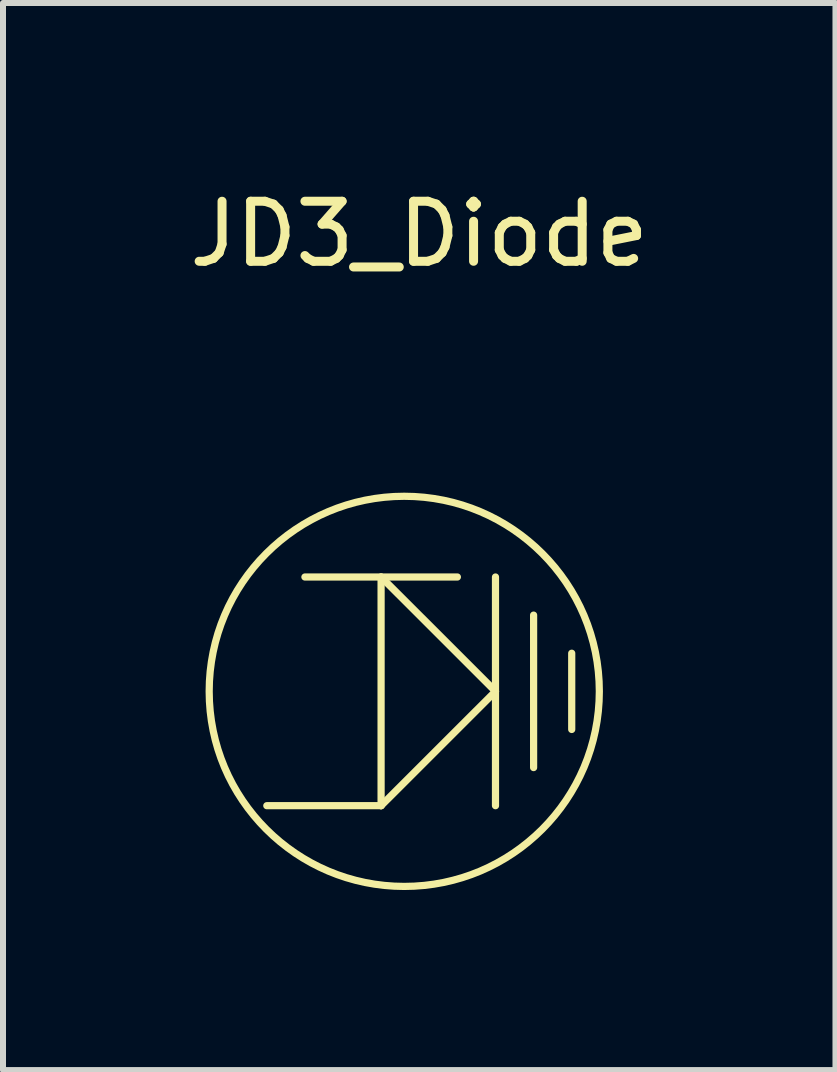
<source format=kicad_pcb>
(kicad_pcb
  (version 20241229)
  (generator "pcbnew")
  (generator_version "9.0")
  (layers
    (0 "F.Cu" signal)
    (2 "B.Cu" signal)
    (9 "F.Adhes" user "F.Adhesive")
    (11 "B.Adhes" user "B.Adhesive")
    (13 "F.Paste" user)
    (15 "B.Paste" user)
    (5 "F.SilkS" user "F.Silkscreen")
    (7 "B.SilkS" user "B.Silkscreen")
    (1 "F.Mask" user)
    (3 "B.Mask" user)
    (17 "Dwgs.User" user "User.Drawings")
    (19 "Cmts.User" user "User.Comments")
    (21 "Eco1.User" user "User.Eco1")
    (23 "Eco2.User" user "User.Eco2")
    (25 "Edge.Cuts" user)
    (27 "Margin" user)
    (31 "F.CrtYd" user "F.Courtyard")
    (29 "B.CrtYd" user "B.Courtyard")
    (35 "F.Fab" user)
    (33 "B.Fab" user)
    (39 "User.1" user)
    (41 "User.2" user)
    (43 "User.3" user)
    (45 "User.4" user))
  (footprint "JD3_Diode"
    (layer "F.Cu")
    (at 3.935 8.468)
    (property "Reference" "JD3_Diode" (at 0 -7.62 0) (unlocked yes) (layer "F.SilkS") (effects (font (size 1 1) (thickness 0.15))))
    (attr exclude_from_bom)
    (fp_line (start -0.636 -1.905) (end -0.636 1.905) (stroke (width 0.12) (type solid)) (layer "F.SilkS"))
    (fp_line (start -0.636 -1.905) (end 1.27 0) (stroke (width 0.12) (type solid)) (layer "F.SilkS"))
    (fp_line (start -0.635 1.905) (end -2.54 1.905) (stroke (width 0.12) (type solid)) (layer "F.SilkS"))
    (fp_line (start 0.635 -1.905) (end -1.905 -1.905) (stroke (width 0.12) (type solid)) (layer "F.SilkS"))
    (fp_line (start 1.27 -1.905) (end 1.27 1.905) (stroke (width 0.12) (type solid)) (layer "F.SilkS"))
    (fp_line (start 1.27 0) (end -0.636 1.905) (stroke (width 0.12) (type solid)) (layer "F.SilkS"))
    (fp_line (start 1.905 -1.27) (end 1.905 1.27) (stroke (width 0.12) (type solid)) (layer "F.SilkS"))
    (fp_line (start 2.54 -0.635) (end 2.54 0.635) (stroke (width 0.12) (type solid)) (layer "F.SilkS"))
    (fp_circle (center -0.25 0) (end 2.75 1.25) (stroke (width 0.12) (type solid)) (fill no) (layer "F.SilkS")))
  (gr_rect
    (start -3 -3)
    (end 10.869 14.778)
    (stroke (width 0.1) (type default))
    (fill no)
    (layer "Edge.Cuts")))
</source>
